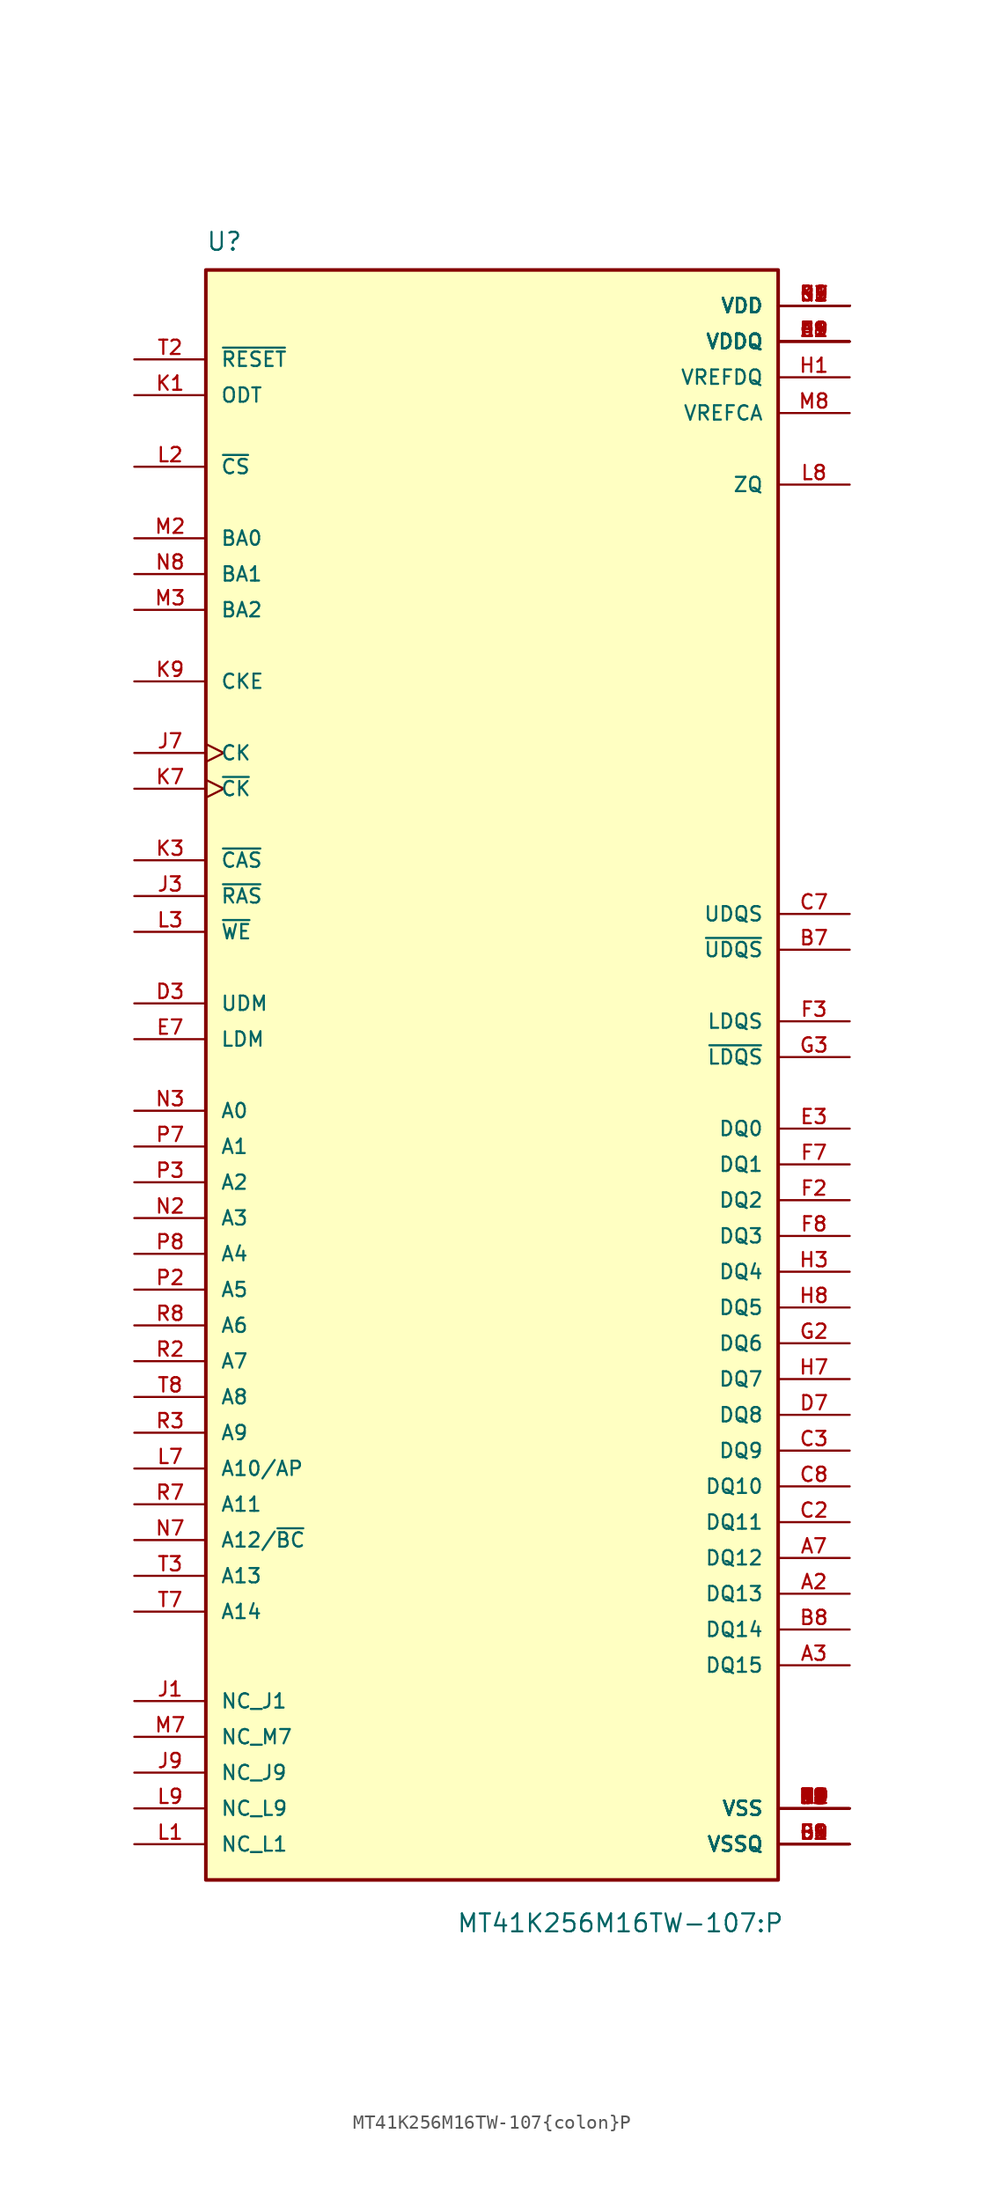
<source format=kicad_sym>
(kicad_symbol_lib
  (version 20211014)
  (generator kicad_symbol_editor)
  (symbol "MT41K256M16TW-107{colon}P"
    (pin_names
      (offset 1.016))
    (property "Reference" "U"
      (at -20.32 57.15 0)
      (effects (font (size 1.27 1.27)) (justify left bottom)))
    (property "Value" "MT41K256M16TW-107{colon}P"
      (at -2.54 -62.23 0)
      (effects (font (size 1.27 1.27)) (justify left bottom)))
    (property "ki_locked" ""
      (at 0 0 0)
      (effects (font (size 1.27 1.27))))
    (symbol "MT41K256M16TW-107{colon}P_0_0"
      (rectangle (start -20.32 -58.42) (end 20.32 55.88) (stroke (width 0.254) (type default) (color 0 0 0 0)) (fill (type background)))
      (pin power_in line (at 25.4 50.8 180) (length 5.08) (name "VDDQ" (effects (font (size 1.016 1.016)))) (number "A1" (effects (font (size 1.016 1.016)))))
      (pin bidirectional line (at 25.4 -38.1 180) (length 5.08) (name "DQ13" (effects (font (size 1.016 1.016)))) (number "A2" (effects (font (size 1.016 1.016)))))
      (pin bidirectional line (at 25.4 -43.18 180) (length 5.08) (name "DQ15" (effects (font (size 1.016 1.016)))) (number "A3" (effects (font (size 1.016 1.016)))))
      (pin bidirectional line (at 25.4 -35.56 180) (length 5.08) (name "DQ12" (effects (font (size 1.016 1.016)))) (number "A7" (effects (font (size 1.016 1.016)))))
      (pin power_in line (at 25.4 50.8 180) (length 5.08) (name "VDDQ" (effects (font (size 1.016 1.016)))) (number "A8" (effects (font (size 1.016 1.016)))))
      (pin power_in line (at 25.4 -53.34 180) (length 5.08) (name "VSS" (effects (font (size 1.016 1.016)))) (number "A9" (effects (font (size 1.016 1.016)))))
      (pin power_in line (at 25.4 -55.88 180) (length 5.08) (name "VSSQ" (effects (font (size 1.016 1.016)))) (number "B1" (effects (font (size 1.016 1.016)))))
      (pin power_in line (at 25.4 53.34 180) (length 5.08) (name "VDD" (effects (font (size 1.016 1.016)))) (number "B2" (effects (font (size 1.016 1.016)))))
      (pin power_in line (at 25.4 -53.34 180) (length 5.08) (name "VSS" (effects (font (size 1.016 1.016)))) (number "B3" (effects (font (size 1.016 1.016)))))
      (pin bidirectional line (at 25.4 7.62 180) (length 5.08) (name "~{UDQS}" (effects (font (size 1.016 1.016)))) (number "B7" (effects (font (size 1.016 1.016)))))
      (pin bidirectional line (at 25.4 -40.64 180) (length 5.08) (name "DQ14" (effects (font (size 1.016 1.016)))) (number "B8" (effects (font (size 1.016 1.016)))))
      (pin power_in line (at 25.4 -55.88 180) (length 5.08) (name "VSSQ" (effects (font (size 1.016 1.016)))) (number "B9" (effects (font (size 1.016 1.016)))))
      (pin power_in line (at 25.4 50.8 180) (length 5.08) (name "VDDQ" (effects (font (size 1.016 1.016)))) (number "C1" (effects (font (size 1.016 1.016)))))
      (pin bidirectional line (at 25.4 -33.02 180) (length 5.08) (name "DQ11" (effects (font (size 1.016 1.016)))) (number "C2" (effects (font (size 1.016 1.016)))))
      (pin bidirectional line (at 25.4 -27.94 180) (length 5.08) (name "DQ9" (effects (font (size 1.016 1.016)))) (number "C3" (effects (font (size 1.016 1.016)))))
      (pin bidirectional line (at 25.4 10.16 180) (length 5.08) (name "UDQS" (effects (font (size 1.016 1.016)))) (number "C7" (effects (font (size 1.016 1.016)))))
      (pin bidirectional line (at 25.4 -30.48 180) (length 5.08) (name "DQ10" (effects (font (size 1.016 1.016)))) (number "C8" (effects (font (size 1.016 1.016)))))
      (pin power_in line (at 25.4 50.8 180) (length 5.08) (name "VDDQ" (effects (font (size 1.016 1.016)))) (number "C9" (effects (font (size 1.016 1.016)))))
      (pin power_in line (at 25.4 -55.88 180) (length 5.08) (name "VSSQ" (effects (font (size 1.016 1.016)))) (number "D1" (effects (font (size 1.016 1.016)))))
      (pin power_in line (at 25.4 50.8 180) (length 5.08) (name "VDDQ" (effects (font (size 1.016 1.016)))) (number "D2" (effects (font (size 1.016 1.016)))))
      (pin input line (at -25.4 3.81 0) (length 5.08) (name "UDM" (effects (font (size 1.016 1.016)))) (number "D3" (effects (font (size 1.016 1.016)))))
      (pin bidirectional line (at 25.4 -25.4 180) (length 5.08) (name "DQ8" (effects (font (size 1.016 1.016)))) (number "D7" (effects (font (size 1.016 1.016)))))
      (pin power_in line (at 25.4 -55.88 180) (length 5.08) (name "VSSQ" (effects (font (size 1.016 1.016)))) (number "D8" (effects (font (size 1.016 1.016)))))
      (pin power_in line (at 25.4 53.34 180) (length 5.08) (name "VDD" (effects (font (size 1.016 1.016)))) (number "D9" (effects (font (size 1.016 1.016)))))
      (pin power_in line (at 25.4 -53.34 180) (length 5.08) (name "VSS" (effects (font (size 1.016 1.016)))) (number "E1" (effects (font (size 1.016 1.016)))))
      (pin power_in line (at 25.4 -55.88 180) (length 5.08) (name "VSSQ" (effects (font (size 1.016 1.016)))) (number "E2" (effects (font (size 1.016 1.016)))))
      (pin bidirectional line (at 25.4 -5.08 180) (length 5.08) (name "DQ0" (effects (font (size 1.016 1.016)))) (number "E3" (effects (font (size 1.016 1.016)))))
      (pin input line (at -25.4 1.27 0) (length 5.08) (name "LDM" (effects (font (size 1.016 1.016)))) (number "E7" (effects (font (size 1.016 1.016)))))
      (pin power_in line (at 25.4 -55.88 180) (length 5.08) (name "VSSQ" (effects (font (size 1.016 1.016)))) (number "E8" (effects (font (size 1.016 1.016)))))
      (pin power_in line (at 25.4 50.8 180) (length 5.08) (name "VDDQ" (effects (font (size 1.016 1.016)))) (number "E9" (effects (font (size 1.016 1.016)))))
      (pin power_in line (at 25.4 50.8 180) (length 5.08) (name "VDDQ" (effects (font (size 1.016 1.016)))) (number "F1" (effects (font (size 1.016 1.016)))))
      (pin bidirectional line (at 25.4 -10.16 180) (length 5.08) (name "DQ2" (effects (font (size 1.016 1.016)))) (number "F2" (effects (font (size 1.016 1.016)))))
      (pin bidirectional line (at 25.4 2.54 180) (length 5.08) (name "LDQS" (effects (font (size 1.016 1.016)))) (number "F3" (effects (font (size 1.016 1.016)))))
      (pin bidirectional line (at 25.4 -7.62 180) (length 5.08) (name "DQ1" (effects (font (size 1.016 1.016)))) (number "F7" (effects (font (size 1.016 1.016)))))
      (pin bidirectional line (at 25.4 -12.7 180) (length 5.08) (name "DQ3" (effects (font (size 1.016 1.016)))) (number "F8" (effects (font (size 1.016 1.016)))))
      (pin power_in line (at 25.4 -55.88 180) (length 5.08) (name "VSSQ" (effects (font (size 1.016 1.016)))) (number "F9" (effects (font (size 1.016 1.016)))))
      (pin power_in line (at 25.4 -55.88 180) (length 5.08) (name "VSSQ" (effects (font (size 1.016 1.016)))) (number "G1" (effects (font (size 1.016 1.016)))))
      (pin bidirectional line (at 25.4 -20.32 180) (length 5.08) (name "DQ6" (effects (font (size 1.016 1.016)))) (number "G2" (effects (font (size 1.016 1.016)))))
      (pin bidirectional line (at 25.4 0 180) (length 5.08) (name "~{LDQS}" (effects (font (size 1.016 1.016)))) (number "G3" (effects (font (size 1.016 1.016)))))
      (pin power_in line (at 25.4 53.34 180) (length 5.08) (name "VDD" (effects (font (size 1.016 1.016)))) (number "G7" (effects (font (size 1.016 1.016)))))
      (pin power_in line (at 25.4 -53.34 180) (length 5.08) (name "VSS" (effects (font (size 1.016 1.016)))) (number "G8" (effects (font (size 1.016 1.016)))))
      (pin power_in line (at 25.4 -55.88 180) (length 5.08) (name "VSSQ" (effects (font (size 1.016 1.016)))) (number "G9" (effects (font (size 1.016 1.016)))))
      (pin power_in line (at 25.4 48.26 180) (length 5.08) (name "VREFDQ" (effects (font (size 1.016 1.016)))) (number "H1" (effects (font (size 1.016 1.016)))))
      (pin power_in line (at 25.4 50.8 180) (length 5.08) (name "VDDQ" (effects (font (size 1.016 1.016)))) (number "H2" (effects (font (size 1.016 1.016)))))
      (pin bidirectional line (at 25.4 -15.24 180) (length 5.08) (name "DQ4" (effects (font (size 1.016 1.016)))) (number "H3" (effects (font (size 1.016 1.016)))))
      (pin bidirectional line (at 25.4 -22.86 180) (length 5.08) (name "DQ7" (effects (font (size 1.016 1.016)))) (number "H7" (effects (font (size 1.016 1.016)))))
      (pin bidirectional line (at 25.4 -17.78 180) (length 5.08) (name "DQ5" (effects (font (size 1.016 1.016)))) (number "H8" (effects (font (size 1.016 1.016)))))
      (pin power_in line (at 25.4 50.8 180) (length 5.08) (name "VDDQ" (effects (font (size 1.016 1.016)))) (number "H9" (effects (font (size 1.016 1.016)))))
      (pin input line (at -25.4 -45.72 0) (length 5.08) (name "NC_J1" (effects (font (size 1.016 1.016)))) (number "J1" (effects (font (size 1.016 1.016)))))
      (pin power_in line (at 25.4 -53.34 180) (length 5.08) (name "VSS" (effects (font (size 1.016 1.016)))) (number "J2" (effects (font (size 1.016 1.016)))))
      (pin input line (at -25.4 11.43 0) (length 5.08) (name "~{RAS}" (effects (font (size 1.016 1.016)))) (number "J3" (effects (font (size 1.016 1.016)))))
      (pin input clock (at -25.4 21.59 0) (length 5.08) (name "CK" (effects (font (size 1.016 1.016)))) (number "J7" (effects (font (size 1.016 1.016)))))
      (pin power_in line (at 25.4 -53.34 180) (length 5.08) (name "VSS" (effects (font (size 1.016 1.016)))) (number "J8" (effects (font (size 1.016 1.016)))))
      (pin input line (at -25.4 -50.8 0) (length 5.08) (name "NC_J9" (effects (font (size 1.016 1.016)))) (number "J9" (effects (font (size 1.016 1.016)))))
      (pin input line (at -25.4 46.99 0) (length 5.08) (name "ODT" (effects (font (size 1.016 1.016)))) (number "K1" (effects (font (size 1.016 1.016)))))
      (pin power_in line (at 25.4 53.34 180) (length 5.08) (name "VDD" (effects (font (size 1.016 1.016)))) (number "K2" (effects (font (size 1.016 1.016)))))
      (pin input line (at -25.4 13.97 0) (length 5.08) (name "~{CAS}" (effects (font (size 1.016 1.016)))) (number "K3" (effects (font (size 1.016 1.016)))))
      (pin input clock (at -25.4 19.05 0) (length 5.08) (name "~{CK}" (effects (font (size 1.016 1.016)))) (number "K7" (effects (font (size 1.016 1.016)))))
      (pin power_in line (at 25.4 53.34 180) (length 5.08) (name "VDD" (effects (font (size 1.016 1.016)))) (number "K8" (effects (font (size 1.016 1.016)))))
      (pin input line (at -25.4 26.67 0) (length 5.08) (name "CKE" (effects (font (size 1.016 1.016)))) (number "K9" (effects (font (size 1.016 1.016)))))
      (pin input line (at -25.4 -55.88 0) (length 5.08) (name "NC_L1" (effects (font (size 1.016 1.016)))) (number "L1" (effects (font (size 1.016 1.016)))))
      (pin input line (at -25.4 41.91 0) (length 5.08) (name "~{CS}" (effects (font (size 1.016 1.016)))) (number "L2" (effects (font (size 1.016 1.016)))))
      (pin input line (at -25.4 8.89 0) (length 5.08) (name "~{WE}" (effects (font (size 1.016 1.016)))) (number "L3" (effects (font (size 1.016 1.016)))))
      (pin input line (at -25.4 -29.21 0) (length 5.08) (name "A10/AP" (effects (font (size 1.016 1.016)))) (number "L7" (effects (font (size 1.016 1.016)))))
      (pin output line (at 25.4 40.64 180) (length 5.08) (name "ZQ" (effects (font (size 1.016 1.016)))) (number "L8" (effects (font (size 1.016 1.016)))))
      (pin input line (at -25.4 -53.34 0) (length 5.08) (name "NC_L9" (effects (font (size 1.016 1.016)))) (number "L9" (effects (font (size 1.016 1.016)))))
      (pin power_in line (at 25.4 -53.34 180) (length 5.08) (name "VSS" (effects (font (size 1.016 1.016)))) (number "M1" (effects (font (size 1.016 1.016)))))
      (pin input line (at -25.4 36.83 0) (length 5.08) (name "BA0" (effects (font (size 1.016 1.016)))) (number "M2" (effects (font (size 1.016 1.016)))))
      (pin input line (at -25.4 31.75 0) (length 5.08) (name "BA2" (effects (font (size 1.016 1.016)))) (number "M3" (effects (font (size 1.016 1.016)))))
      (pin input line (at -25.4 -48.26 0) (length 5.08) (name "NC_M7" (effects (font (size 1.016 1.016)))) (number "M7" (effects (font (size 1.016 1.016)))))
      (pin power_in line (at 25.4 45.72 180) (length 5.08) (name "VREFCA" (effects (font (size 1.016 1.016)))) (number "M8" (effects (font (size 1.016 1.016)))))
      (pin power_in line (at 25.4 -53.34 180) (length 5.08) (name "VSS" (effects (font (size 1.016 1.016)))) (number "M9" (effects (font (size 1.016 1.016)))))
      (pin power_in line (at 25.4 53.34 180) (length 5.08) (name "VDD" (effects (font (size 1.016 1.016)))) (number "N1" (effects (font (size 1.016 1.016)))))
      (pin input line (at -25.4 -11.43 0) (length 5.08) (name "A3" (effects (font (size 1.016 1.016)))) (number "N2" (effects (font (size 1.016 1.016)))))
      (pin input line (at -25.4 -3.81 0) (length 5.08) (name "A0" (effects (font (size 1.016 1.016)))) (number "N3" (effects (font (size 1.016 1.016)))))
      (pin input line (at -25.4 -34.29 0) (length 5.08) (name "A12/~{BC}" (effects (font (size 1.016 1.016)))) (number "N7" (effects (font (size 1.016 1.016)))))
      (pin input line (at -25.4 34.29 0) (length 5.08) (name "BA1" (effects (font (size 1.016 1.016)))) (number "N8" (effects (font (size 1.016 1.016)))))
      (pin power_in line (at 25.4 53.34 180) (length 5.08) (name "VDD" (effects (font (size 1.016 1.016)))) (number "N9" (effects (font (size 1.016 1.016)))))
      (pin power_in line (at 25.4 -53.34 180) (length 5.08) (name "VSS" (effects (font (size 1.016 1.016)))) (number "P1" (effects (font (size 1.016 1.016)))))
      (pin input line (at -25.4 -16.51 0) (length 5.08) (name "A5" (effects (font (size 1.016 1.016)))) (number "P2" (effects (font (size 1.016 1.016)))))
      (pin input line (at -25.4 -8.89 0) (length 5.08) (name "A2" (effects (font (size 1.016 1.016)))) (number "P3" (effects (font (size 1.016 1.016)))))
      (pin input line (at -25.4 -6.35 0) (length 5.08) (name "A1" (effects (font (size 1.016 1.016)))) (number "P7" (effects (font (size 1.016 1.016)))))
      (pin input line (at -25.4 -13.97 0) (length 5.08) (name "A4" (effects (font (size 1.016 1.016)))) (number "P8" (effects (font (size 1.016 1.016)))))
      (pin power_in line (at 25.4 -53.34 180) (length 5.08) (name "VSS" (effects (font (size 1.016 1.016)))) (number "P9" (effects (font (size 1.016 1.016)))))
      (pin power_in line (at 25.4 53.34 180) (length 5.08) (name "VDD" (effects (font (size 1.016 1.016)))) (number "R1" (effects (font (size 1.016 1.016)))))
      (pin input line (at -25.4 -21.59 0) (length 5.08) (name "A7" (effects (font (size 1.016 1.016)))) (number "R2" (effects (font (size 1.016 1.016)))))
      (pin input line (at -25.4 -26.67 0) (length 5.08) (name "A9" (effects (font (size 1.016 1.016)))) (number "R3" (effects (font (size 1.016 1.016)))))
      (pin input line (at -25.4 -31.75 0) (length 5.08) (name "A11" (effects (font (size 1.016 1.016)))) (number "R7" (effects (font (size 1.016 1.016)))))
      (pin input line (at -25.4 -19.05 0) (length 5.08) (name "A6" (effects (font (size 1.016 1.016)))) (number "R8" (effects (font (size 1.016 1.016)))))
      (pin power_in line (at 25.4 53.34 180) (length 5.08) (name "VDD" (effects (font (size 1.016 1.016)))) (number "R9" (effects (font (size 1.016 1.016)))))
      (pin power_in line (at 25.4 -53.34 180) (length 5.08) (name "VSS" (effects (font (size 1.016 1.016)))) (number "T1" (effects (font (size 1.016 1.016)))))
      (pin input line (at -25.4 49.53 0) (length 5.08) (name "~{RESET}" (effects (font (size 1.016 1.016)))) (number "T2" (effects (font (size 1.016 1.016)))))
      (pin input line (at -25.4 -36.83 0) (length 5.08) (name "A13" (effects (font (size 1.016 1.016)))) (number "T3" (effects (font (size 1.016 1.016)))))
      (pin input line (at -25.4 -39.37 0) (length 5.08) (name "A14" (effects (font (size 1.016 1.016)))) (number "T7" (effects (font (size 1.016 1.016)))))
      (pin input line (at -25.4 -24.13 0) (length 5.08) (name "A8" (effects (font (size 1.016 1.016)))) (number "T8" (effects (font (size 1.016 1.016)))))
      (pin power_in line (at 25.4 -53.34 180) (length 5.08) (name "VSS" (effects (font (size 1.016 1.016)))) (number "T9" (effects (font (size 1.016 1.016))))))))
</source>
